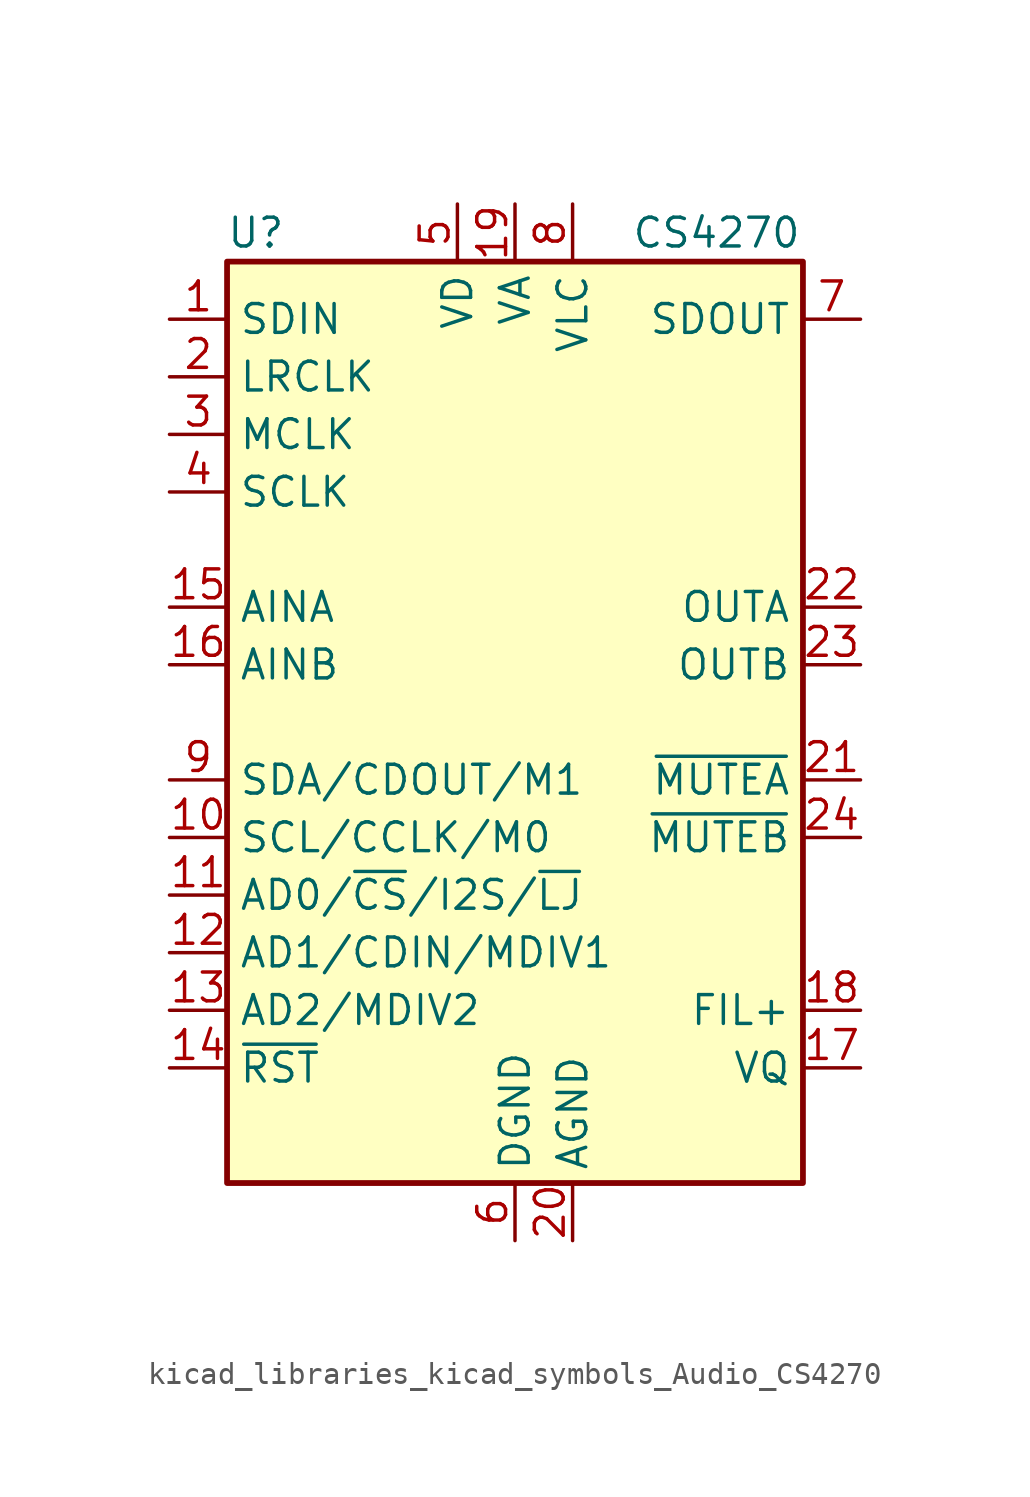
<source format=kicad_sym>
(kicad_symbol_lib
  (version 20220914)
  (generator kicad_symbol_editor)
  (symbol "kicad_libraries_kicad_symbols_Audio_CS4270"
    (property "Reference" "U"
      (at -11.43 21.59 0)
      (effects (font (size 1.27 1.27))))
    (property "Value" "CS4270"
      (at 8.89 21.59 0)
      (effects (font (size 1.27 1.27))))
    (symbol "kicad_libraries_kicad_symbols_Audio_CS4270_0_1"
      (rectangle (start -12.7 20.32) (end 12.7 -20.32) (stroke (width 0.254) (type default)) (fill (type background))))
    (symbol "kicad_libraries_kicad_symbols_Audio_CS4270_1_0"
      (pin input line (at -15.24 17.78 0) (length 2.54) (name "SDIN" (effects (font (size 1.27 1.27)))) (number "1" (effects (font (size 1.27 1.27)))))
      (pin input line (at -15.24 -5.08 0) (length 2.54) (name "SCL/CCLK/M0" (effects (font (size 1.27 1.27)))) (number "10" (effects (font (size 1.27 1.27)))))
      (pin input line (at -15.24 -7.62 0) (length 2.54) (name "AD0/~{CS}/I2S/~{LJ}" (effects (font (size 1.27 1.27)))) (number "11" (effects (font (size 1.27 1.27)))))
      (pin input line (at -15.24 -10.16 0) (length 2.54) (name "AD1/CDIN/MDIV1" (effects (font (size 1.27 1.27)))) (number "12" (effects (font (size 1.27 1.27)))))
      (pin input line (at -15.24 -12.7 0) (length 2.54) (name "AD2/MDIV2" (effects (font (size 1.27 1.27)))) (number "13" (effects (font (size 1.27 1.27)))))
      (pin input line (at -15.24 -15.24 0) (length 2.54) (name "~{RST}" (effects (font (size 1.27 1.27)))) (number "14" (effects (font (size 1.27 1.27)))))
      (pin input line (at -15.24 5.08 0) (length 2.54) (name "AINA" (effects (font (size 1.27 1.27)))) (number "15" (effects (font (size 1.27 1.27)))))
      (pin input line (at -15.24 2.54 0) (length 2.54) (name "AINB" (effects (font (size 1.27 1.27)))) (number "16" (effects (font (size 1.27 1.27)))))
      (pin passive line (at 15.24 -15.24 180) (length 2.54) (name "VQ" (effects (font (size 1.27 1.27)))) (number "17" (effects (font (size 1.27 1.27)))))
      (pin passive line (at 15.24 -12.7 180) (length 2.54) (name "FIL+" (effects (font (size 1.27 1.27)))) (number "18" (effects (font (size 1.27 1.27)))))
      (pin power_in line (at 0 22.86 270) (length 2.54) (name "VA" (effects (font (size 1.27 1.27)))) (number "19" (effects (font (size 1.27 1.27)))))
      (pin bidirectional line (at -15.24 15.24 0) (length 2.54) (name "LRCLK" (effects (font (size 1.27 1.27)))) (number "2" (effects (font (size 1.27 1.27)))))
      (pin power_in line (at 2.54 -22.86 90) (length 2.54) (name "AGND" (effects (font (size 1.27 1.27)))) (number "20" (effects (font (size 1.27 1.27)))))
      (pin input line (at 15.24 -2.54 180) (length 2.54) (name "~{MUTEA}" (effects (font (size 1.27 1.27)))) (number "21" (effects (font (size 1.27 1.27)))))
      (pin output line (at 15.24 5.08 180) (length 2.54) (name "OUTA" (effects (font (size 1.27 1.27)))) (number "22" (effects (font (size 1.27 1.27)))))
      (pin output line (at 15.24 2.54 180) (length 2.54) (name "OUTB" (effects (font (size 1.27 1.27)))) (number "23" (effects (font (size 1.27 1.27)))))
      (pin input line (at 15.24 -5.08 180) (length 2.54) (name "~{MUTEB}" (effects (font (size 1.27 1.27)))) (number "24" (effects (font (size 1.27 1.27)))))
      (pin input line (at -15.24 12.7 0) (length 2.54) (name "MCLK" (effects (font (size 1.27 1.27)))) (number "3" (effects (font (size 1.27 1.27)))))
      (pin bidirectional line (at -15.24 10.16 0) (length 2.54) (name "SCLK" (effects (font (size 1.27 1.27)))) (number "4" (effects (font (size 1.27 1.27)))))
      (pin power_in line (at -2.54 22.86 270) (length 2.54) (name "VD" (effects (font (size 1.27 1.27)))) (number "5" (effects (font (size 1.27 1.27)))))
      (pin power_in line (at 0 -22.86 90) (length 2.54) (name "DGND" (effects (font (size 1.27 1.27)))) (number "6" (effects (font (size 1.27 1.27)))))
      (pin output line (at 15.24 17.78 180) (length 2.54) (name "SDOUT" (effects (font (size 1.27 1.27)))) (number "7" (effects (font (size 1.27 1.27)))))
      (pin power_in line (at 2.54 22.86 270) (length 2.54) (name "VLC" (effects (font (size 1.27 1.27)))) (number "8" (effects (font (size 1.27 1.27)))))
      (pin bidirectional line (at -15.24 -2.54 0) (length 2.54) (name "SDA/CDOUT/M1" (effects (font (size 1.27 1.27)))) (number "9" (effects (font (size 1.27 1.27))))))))
</source>
